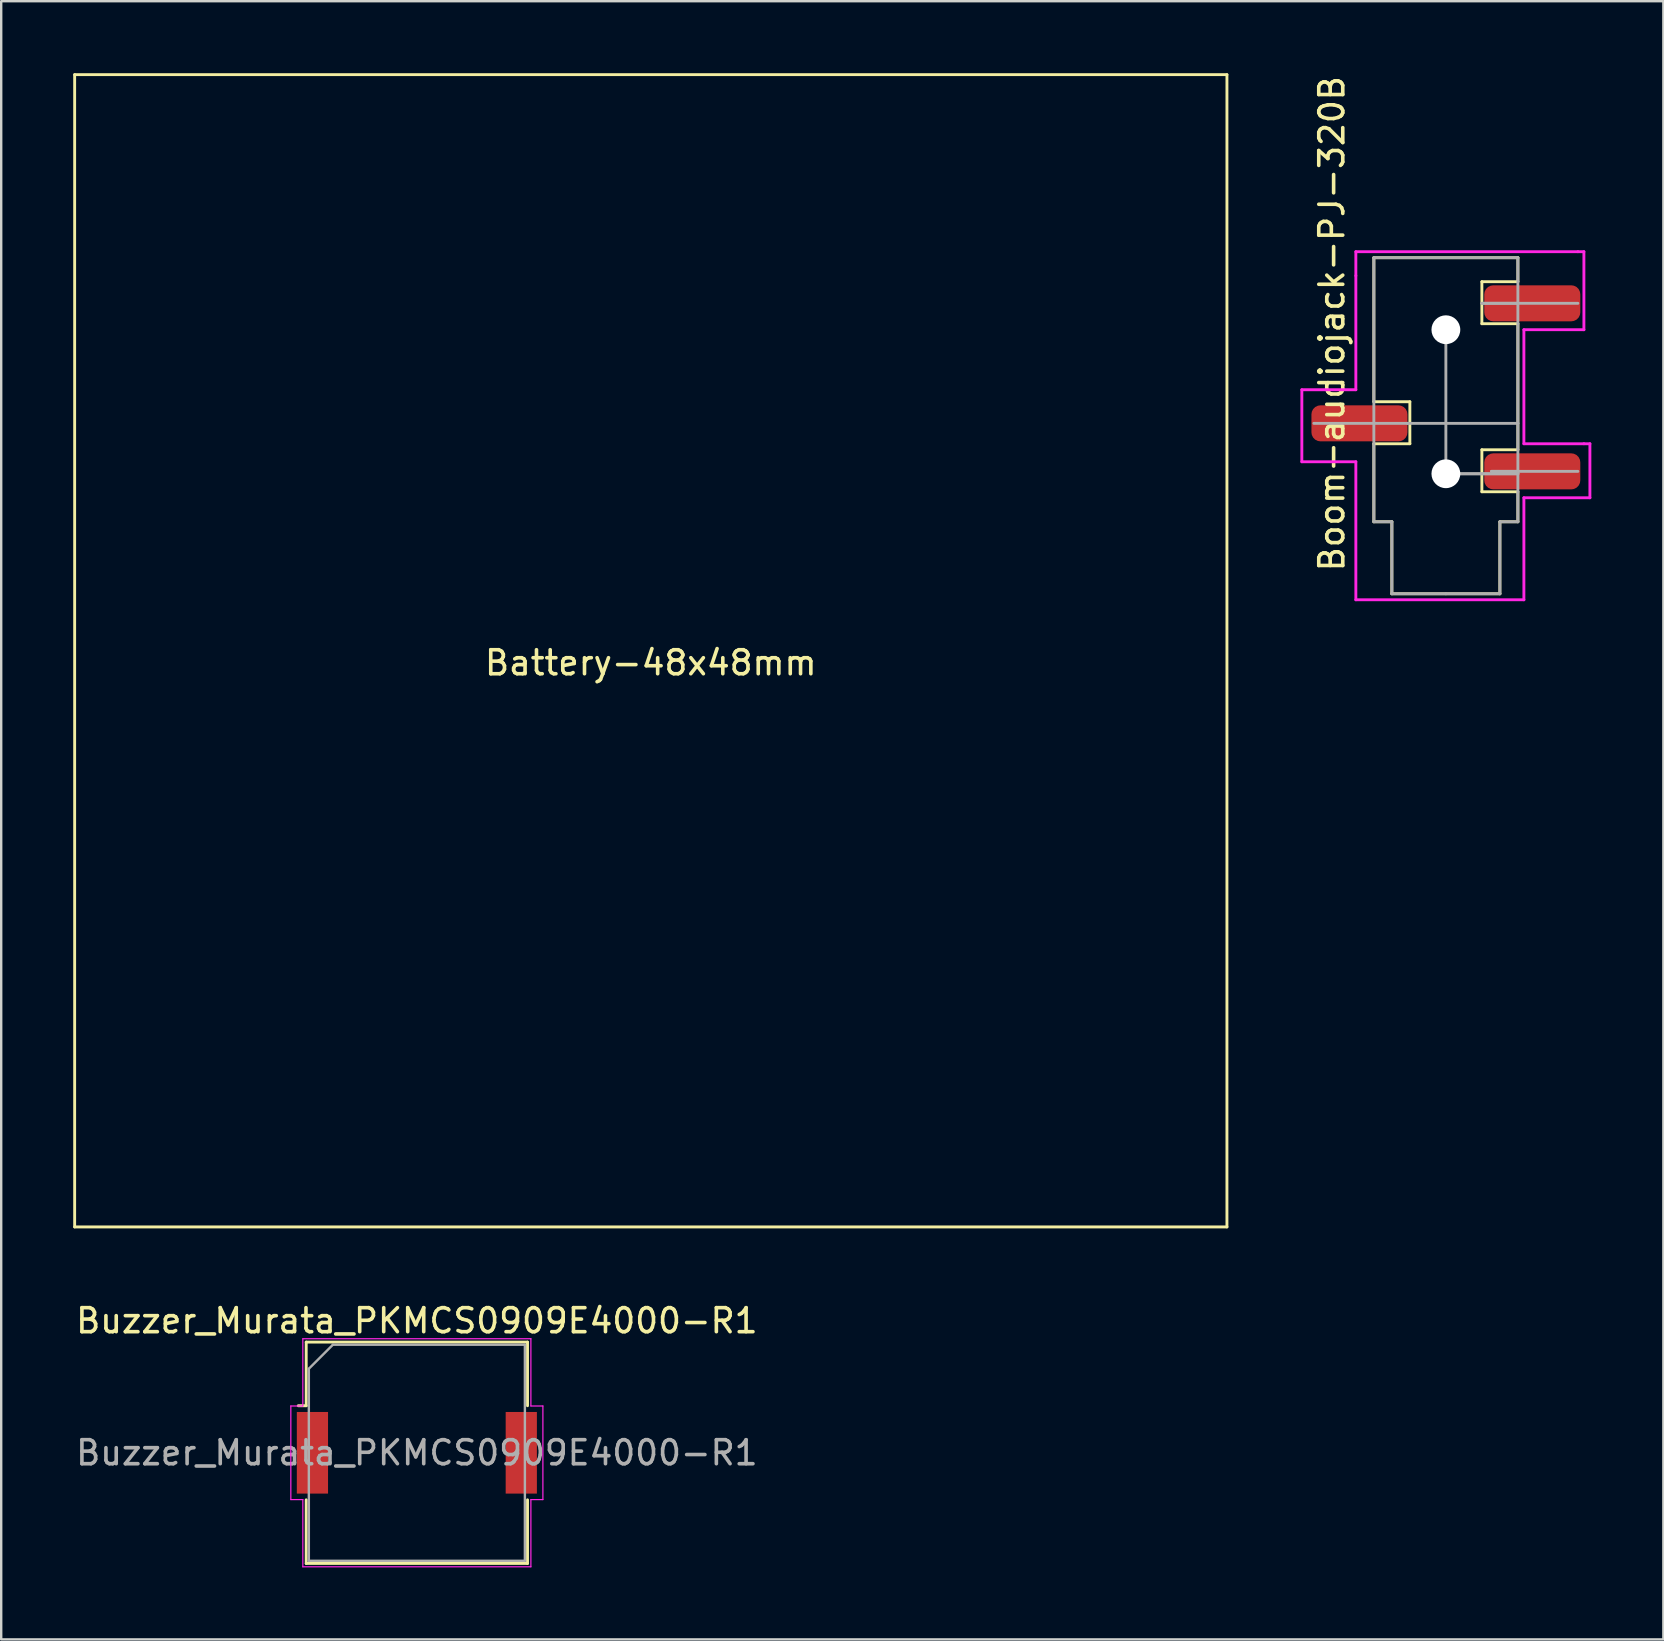
<source format=kicad_pcb>
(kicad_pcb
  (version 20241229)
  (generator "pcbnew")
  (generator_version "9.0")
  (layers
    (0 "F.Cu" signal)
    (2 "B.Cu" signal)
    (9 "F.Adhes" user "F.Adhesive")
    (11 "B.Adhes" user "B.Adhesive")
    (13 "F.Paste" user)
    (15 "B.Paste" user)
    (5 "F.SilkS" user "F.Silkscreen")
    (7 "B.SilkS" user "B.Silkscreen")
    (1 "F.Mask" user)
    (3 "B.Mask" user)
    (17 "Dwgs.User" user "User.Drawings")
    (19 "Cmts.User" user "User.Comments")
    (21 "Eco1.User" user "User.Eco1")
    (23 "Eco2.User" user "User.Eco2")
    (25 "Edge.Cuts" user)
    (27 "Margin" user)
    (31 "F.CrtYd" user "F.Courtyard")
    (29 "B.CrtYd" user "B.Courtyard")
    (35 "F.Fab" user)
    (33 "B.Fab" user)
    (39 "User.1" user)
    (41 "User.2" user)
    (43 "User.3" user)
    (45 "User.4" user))
  (footprint "Battery-48x48mm"
    (layer "F.Cu")
    (at 24.06 24.06)
    (property "Reference" "Battery-48x48mm" (at 0 0.5 0) (layer "F.SilkS") (effects (font (size 1 1) (thickness 0.15))))
    (attr exclude_from_pos_files exclude_from_bom)
    (fp_line (start -24 -24) (end 24 -24) (stroke (width 0.12) (type solid)) (layer "F.SilkS"))
    (fp_line (start -24 24) (end -24 -24) (stroke (width 0.12) (type solid)) (layer "F.SilkS"))
    (fp_line (start 24 -24) (end 24 24) (stroke (width 0.12) (type solid)) (layer "F.SilkS"))
    (fp_line (start 24 24) (end -24 24) (stroke (width 0.12) (type solid)) (layer "F.SilkS")))
  (footprint "Boom-audiojack-PJ-320B"
    (layer "F.Cu")
    (at 57.18 14.685)
    (property "Reference" "Boom-audiojack-PJ-320B" (at -4.75 -4.25 270) (layer "F.SilkS") (effects (font (size 1 1) (thickness 0.15))))
    (attr through_hole)
    (fp_line (start -3 -7) (end 3 -7) (stroke (width 0.12) (type solid)) (layer "F.SilkS"))
    (fp_line (start -3 -1) (end -3 -7) (stroke (width 0.12) (type solid)) (layer "F.SilkS"))
    (fp_line (start -3 0.75) (end -1.5 0.75) (stroke (width 0.12) (type solid)) (layer "F.SilkS"))
    (fp_line (start -3 4) (end -3 0.75) (stroke (width 0.12) (type solid)) (layer "F.SilkS"))
    (fp_line (start -2.25 4) (end -3 4) (stroke (width 0.12) (type solid)) (layer "F.SilkS"))
    (fp_line (start -2.25 7) (end -2.25 4) (stroke (width 0.12) (type solid)) (layer "F.SilkS"))
    (fp_line (start -1.5 -1) (end -3 -1) (stroke (width 0.12) (type solid)) (layer "F.SilkS"))
    (fp_line (start -1.5 0.75) (end -1.5 -1) (stroke (width 0.12) (type solid)) (layer "F.SilkS"))
    (fp_line (start 1.5 -6) (end 1.5 -4.25) (stroke (width 0.12) (type solid)) (layer "F.SilkS"))
    (fp_line (start 1.5 -4.25) (end 3 -4.25) (stroke (width 0.12) (type solid)) (layer "F.SilkS"))
    (fp_line (start 1.5 1) (end 1.5 2.75) (stroke (width 0.12) (type solid)) (layer "F.SilkS"))
    (fp_line (start 1.5 2.75) (end 3 2.75) (stroke (width 0.12) (type solid)) (layer "F.SilkS"))
    (fp_line (start 2.25 4) (end 2.25 7) (stroke (width 0.12) (type solid)) (layer "F.SilkS"))
    (fp_line (start 2.25 7) (end -2.25 7) (stroke (width 0.12) (type solid)) (layer "F.SilkS"))
    (fp_line (start 3 -7) (end 3 -6) (stroke (width 0.12) (type solid)) (layer "F.SilkS"))
    (fp_line (start 3 -6) (end 1.5 -6) (stroke (width 0.12) (type solid)) (layer "F.SilkS"))
    (fp_line (start 3 -4.25) (end 3 1) (stroke (width 0.12) (type solid)) (layer "F.SilkS"))
    (fp_line (start 3 1) (end 1.5 1) (stroke (width 0.12) (type solid)) (layer "F.SilkS"))
    (fp_line (start 3 2.75) (end 3 4) (stroke (width 0.12) (type solid)) (layer "F.SilkS"))
    (fp_line (start 3 4) (end 2.25 4) (stroke (width 0.12) (type solid)) (layer "F.SilkS"))
    (fp_line (start -6 -1.5) (end -3.75 -1.5) (stroke (width 0.12) (type solid)) (layer "F.CrtYd"))
    (fp_line (start -6 1.5) (end -6 -1.5) (stroke (width 0.12) (type solid)) (layer "F.CrtYd"))
    (fp_line (start -3.75 -7.25) (end 5.5 -7.25) (stroke (width 0.12) (type solid)) (layer "F.CrtYd"))
    (fp_line (start -3.75 -6.25) (end -3.75 -7.25) (stroke (width 0.12) (type solid)) (layer "F.CrtYd"))
    (fp_line (start -3.75 -1.5) (end -3.75 -6.25) (stroke (width 0.12) (type solid)) (layer "F.CrtYd"))
    (fp_line (start -3.75 1.5) (end -6 1.5) (stroke (width 0.12) (type solid)) (layer "F.CrtYd"))
    (fp_line (start -3.75 7.25) (end -3.75 1.5) (stroke (width 0.12) (type solid)) (layer "F.CrtYd"))
    (fp_line (start 3.25 -4) (end 3.25 0.75) (stroke (width 0.12) (type solid)) (layer "F.CrtYd"))
    (fp_line (start 3.25 0.75) (end 5.75 0.75) (stroke (width 0.12) (type solid)) (layer "F.CrtYd"))
    (fp_line (start 3.25 3) (end 3.25 7.25) (stroke (width 0.12) (type solid)) (layer "F.CrtYd"))
    (fp_line (start 3.25 7.25) (end -3.75 7.25) (stroke (width 0.12) (type solid)) (layer "F.CrtYd"))
    (fp_line (start 5.5 -7.25) (end 5.75 -7.25) (stroke (width 0.12) (type solid)) (layer "F.CrtYd"))
    (fp_line (start 5.75 -7.25) (end 5.75 -4) (stroke (width 0.12) (type solid)) (layer "F.CrtYd"))
    (fp_line (start 5.75 -4) (end 3.25 -4) (stroke (width 0.12) (type solid)) (layer "F.CrtYd"))
    (fp_line (start 5.75 0.75) (end 6 0.75) (stroke (width 0.12) (type solid)) (layer "F.CrtYd"))
    (fp_line (start 6 0.75) (end 6 3) (stroke (width 0.12) (type solid)) (layer "F.CrtYd"))
    (fp_line (start 6 3) (end 3.25 3) (stroke (width 0.12) (type solid)) (layer "F.CrtYd"))
    (fp_line (start -3 -7) (end -3 4) (stroke (width 0.12) (type solid)) (layer "F.Fab"))
    (fp_line (start -2.25 4) (end -3 4) (stroke (width 0.12) (type solid)) (layer "F.Fab"))
    (fp_line (start -2.25 7) (end -2.25 4) (stroke (width 0.12) (type solid)) (layer "F.Fab"))
    (fp_line (start -2.25 7) (end 0 7) (stroke (width 0.12) (type solid)) (layer "F.Fab"))
    (fp_line (start -1.6 -0.1) (end -5.5 -0.1) (stroke (width 0.12) (type solid)) (layer "F.Fab"))
    (fp_line (start 0 2) (end 0 -4) (stroke (width 0.12) (type solid)) (layer "F.Fab"))
    (fp_line (start 0 2) (end 3 2) (stroke (width 0.12) (type solid)) (layer "F.Fab"))
    (fp_line (start 0 7) (end 2.25 7) (stroke (width 0.12) (type solid)) (layer "F.Fab"))
    (fp_line (start 1.5 -5.1) (end 3 -5.1) (stroke (width 0.12) (type solid)) (layer "F.Fab"))
    (fp_line (start 1.9 1.9) (end 3 1.9) (stroke (width 0.12) (type solid)) (layer "F.Fab"))
    (fp_line (start 2.25 4) (end 3 4) (stroke (width 0.12) (type solid)) (layer "F.Fab"))
    (fp_line (start 2.25 7) (end 2.25 4) (stroke (width 0.12) (type solid)) (layer "F.Fab"))
    (fp_line (start 3 -7) (end -3 -7) (stroke (width 0.12) (type solid)) (layer "F.Fab"))
    (fp_line (start 3 -5.1) (end 1.5 -5.1) (stroke (width 0.12) (type solid)) (layer "F.Fab"))
    (fp_line (start 3 -5.1) (end 3 -7) (stroke (width 0.12) (type solid)) (layer "F.Fab"))
    (fp_line (start 3 -5.1) (end 5.5 -5.1) (stroke (width 0.12) (type solid)) (layer "F.Fab"))
    (fp_line (start 3 -0.1) (end -1.6 -0.1) (stroke (width 0.12) (type solid)) (layer "F.Fab"))
    (fp_line (start 3 -0.1) (end 3 -5.1) (stroke (width 0.12) (type solid)) (layer "F.Fab"))
    (fp_line (start 3 1.9) (end 1.9 1.9) (stroke (width 0.12) (type solid)) (layer "F.Fab"))
    (fp_line (start 3 1.9) (end 3 -0.1) (stroke (width 0.12) (type solid)) (layer "F.Fab"))
    (fp_line (start 3 1.9) (end 5.5 1.9) (stroke (width 0.12) (type solid)) (layer "F.Fab"))
    (fp_line (start 3 2) (end 0 2) (stroke (width 0.12) (type solid)) (layer "F.Fab"))
    (fp_line (start 3 2) (end 3 1.9) (stroke (width 0.12) (type solid)) (layer "F.Fab"))
    (fp_line (start 3 4) (end 3 2) (stroke (width 0.12) (type solid)) (layer "F.Fab"))
    (pad "" np_thru_hole circle (at 0 -4) (size 1.2 1.2) (drill 1.2) (layers "*.Cu" "*.Mask"))
    (pad "" np_thru_hole circle (at 0 2) (size 1.2 1.2) (drill 1.2) (layers "*.Cu" "*.Mask"))
    (pad "R" smd roundrect (at -3.6 -0.1) (size 4 1.5) (layers "F.Cu" "F.Mask" "F.Paste") (roundrect_rratio 0.25))
    (pad "S" smd roundrect (at 3.6 1.9) (size 4 1.5) (layers "F.Cu" "F.Mask" "F.Paste") (roundrect_rratio 0.25))
    (pad "T" smd roundrect (at 3.6 -5.1) (size 4 1.5) (layers "F.Cu" "F.Mask" "F.Paste") (roundrect_rratio 0.25)))
  (footprint "Buzzer_Murata_PKMCS0909E4000-R1"
    (layer "F.Cu")
    (at 14.315 57.468)
    (property "Reference" "Buzzer_Murata_PKMCS0909E4000-R1" (at 0 -5.5 180) (layer "F.SilkS") (effects (font (size 1 1) (thickness 0.15))))
    (attr smd)
    (fp_line (start -4.61 -4.61) (end 4.61 -4.61) (stroke (width 0.12) (type solid)) (layer "F.SilkS"))
    (fp_line (start -4.61 -1.96) (end -4.94 -1.96) (stroke (width 0.12) (type solid)) (layer "F.SilkS"))
    (fp_line (start -4.61 -1.96) (end -4.61 -4.61) (stroke (width 0.12) (type solid)) (layer "F.SilkS"))
    (fp_line (start -4.61 4.61) (end -4.61 1.96) (stroke (width 0.12) (type solid)) (layer "F.SilkS"))
    (fp_line (start 4.61 -4.61) (end 4.61 -1.96) (stroke (width 0.12) (type solid)) (layer "F.SilkS"))
    (fp_line (start 4.61 1.96) (end 4.61 4.61) (stroke (width 0.12) (type solid)) (layer "F.SilkS"))
    (fp_line (start 4.61 4.61) (end -4.61 4.61) (stroke (width 0.12) (type solid)) (layer "F.SilkS"))
    (fp_line (start -5.25 1.95) (end -5.25 -1.95) (stroke (width 0.05) (type solid)) (layer "F.CrtYd"))
    (fp_line (start -4.75 -4.75) (end 4.75 -4.75) (stroke (width 0.05) (type solid)) (layer "F.CrtYd"))
    (fp_line (start -4.75 -1.95) (end -5.25 -1.95) (stroke (width 0.05) (type solid)) (layer "F.CrtYd"))
    (fp_line (start -4.75 -1.95) (end -4.75 -4.75) (stroke (width 0.05) (type solid)) (layer "F.CrtYd"))
    (fp_line (start -4.75 1.95) (end -5.25 1.95) (stroke (width 0.05) (type solid)) (layer "F.CrtYd"))
    (fp_line (start -4.75 4.75) (end -4.75 1.95) (stroke (width 0.05) (type solid)) (layer "F.CrtYd"))
    (fp_line (start 4.75 -1.95) (end 4.75 -4.75) (stroke (width 0.05) (type solid)) (layer "F.CrtYd"))
    (fp_line (start 4.75 -1.95) (end 5.25 -1.95) (stroke (width 0.05) (type solid)) (layer "F.CrtYd"))
    (fp_line (start 4.75 1.95) (end 5.25 1.95) (stroke (width 0.05) (type solid)) (layer "F.CrtYd"))
    (fp_line (start 4.75 4.75) (end -4.75 4.75) (stroke (width 0.05) (type solid)) (layer "F.CrtYd"))
    (fp_line (start 4.75 4.75) (end 4.75 1.95) (stroke (width 0.05) (type solid)) (layer "F.CrtYd"))
    (fp_line (start 5.25 1.95) (end 5.25 -1.95) (stroke (width 0.05) (type solid)) (layer "F.CrtYd"))
    (fp_line (start -4.5 -3.5) (end -3.5 -4.5) (stroke (width 0.1) (type solid)) (layer "F.Fab"))
    (fp_line (start -4.5 4.5) (end -4.5 -3.5) (stroke (width 0.1) (type solid)) (layer "F.Fab"))
    (fp_line (start -3.5 -4.5) (end 4.5 -4.5) (stroke (width 0.1) (type solid)) (layer "F.Fab"))
    (fp_line (start 4.5 -4.5) (end 4.5 4.5) (stroke (width 0.1) (type solid)) (layer "F.Fab"))
    (fp_line (start 4.5 4.5) (end -4.5 4.5) (stroke (width 0.1) (type solid)) (layer "F.Fab"))
    (fp_text user "${REFERENCE}" (at 0 0 180) (layer "F.Fab") (effects (font (size 1 1) (thickness 0.15))))
    (pad "1" smd rect (at -4.35 0) (size 1.3 3.4) (layers "F.Cu" "F.Mask" "F.Paste"))
    (pad "2" smd rect (at 4.35 0) (size 1.3 3.4) (layers "F.Cu" "F.Mask" "F.Paste")))
  (gr_rect
    (start -3 -3)
    (end 66.24 65.243)
    (stroke (width 0.1) (type default))
    (fill no)
    (layer "Edge.Cuts")))
</source>
